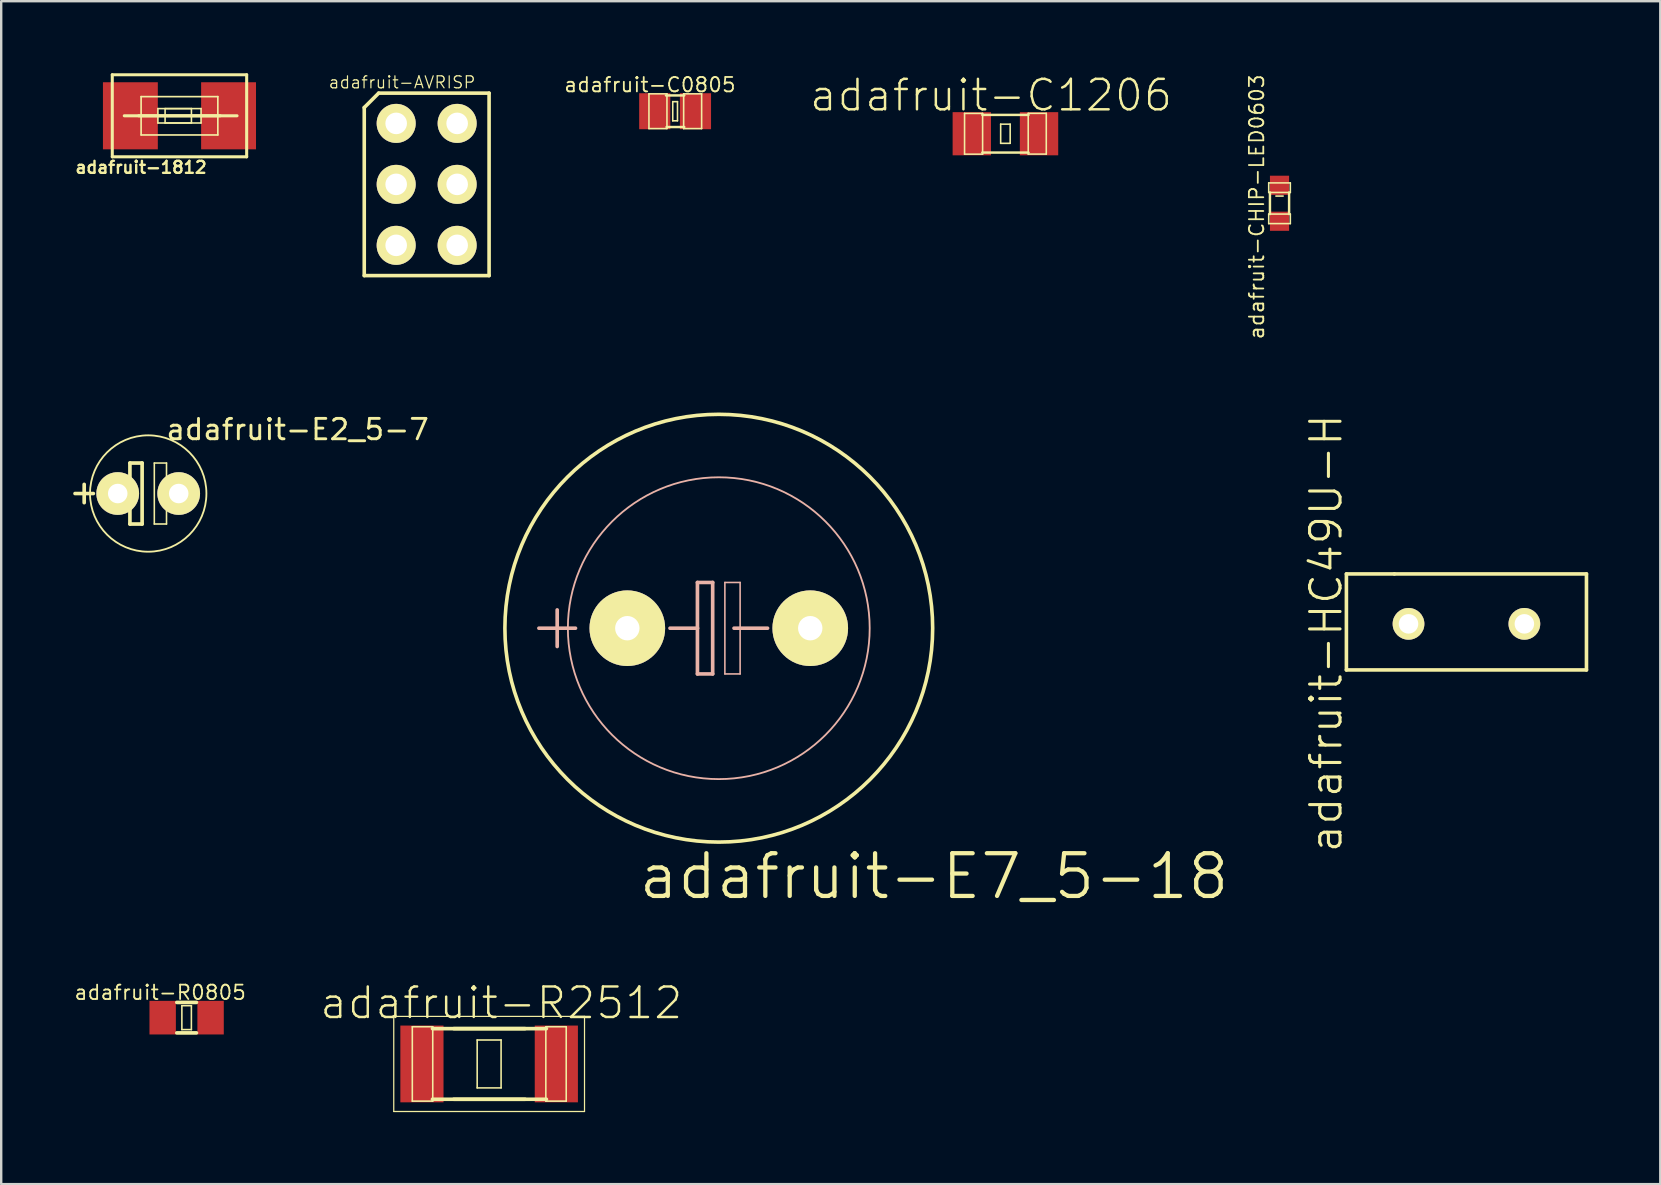
<source format=kicad_pcb>
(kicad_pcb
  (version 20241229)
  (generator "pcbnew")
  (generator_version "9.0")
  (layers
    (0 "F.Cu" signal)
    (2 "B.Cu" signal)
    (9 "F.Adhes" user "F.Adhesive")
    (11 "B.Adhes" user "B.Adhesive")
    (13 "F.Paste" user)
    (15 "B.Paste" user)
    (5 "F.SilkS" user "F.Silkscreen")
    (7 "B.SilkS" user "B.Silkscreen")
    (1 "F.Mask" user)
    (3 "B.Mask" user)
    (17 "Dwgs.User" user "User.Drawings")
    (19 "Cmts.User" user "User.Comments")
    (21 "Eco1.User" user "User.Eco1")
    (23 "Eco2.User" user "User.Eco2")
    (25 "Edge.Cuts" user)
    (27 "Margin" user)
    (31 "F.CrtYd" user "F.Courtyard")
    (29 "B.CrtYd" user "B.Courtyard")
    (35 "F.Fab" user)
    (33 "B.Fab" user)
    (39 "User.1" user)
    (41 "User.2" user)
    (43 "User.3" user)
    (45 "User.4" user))
  (footprint "adafruit-E7_5-18"
    (layer "F.Cu")
    (at 26.891 23.118)
    (property "Reference" "adafruit-E7_5-18" (at 8.966 10.338 0) (layer "F.SilkS") (effects (font (size 1.778 1.778) (thickness 0.178))))
    (attr exclude_from_pos_files exclude_from_bom)
    (fp_circle (center 0 0) (end 6.3 6.3) (stroke (width 0.15) (type solid)) (fill no) (layer "F.SilkS"))
    (fp_line (start -7.493 0) (end -5.969 0) (stroke (width 0.152) (type solid)) (layer "B.SilkS"))
    (fp_line (start -6.731 0.762) (end -6.731 -0.762) (stroke (width 0.152) (type solid)) (layer "B.SilkS"))
    (fp_line (start -0.889 -1.905) (end -0.889 0) (stroke (width 0.152) (type solid)) (layer "B.SilkS"))
    (fp_line (start -0.889 0) (end -2.032 0) (stroke (width 0.152) (type solid)) (layer "B.SilkS"))
    (fp_line (start -0.889 0) (end -0.889 1.905) (stroke (width 0.152) (type solid)) (layer "B.SilkS"))
    (fp_line (start -0.889 1.905) (end -0.254 1.905) (stroke (width 0.152) (type solid)) (layer "B.SilkS"))
    (fp_line (start -0.254 -1.905) (end -0.889 -1.905) (stroke (width 0.152) (type solid)) (layer "B.SilkS"))
    (fp_line (start -0.254 1.905) (end -0.254 -1.905) (stroke (width 0.152) (type solid)) (layer "B.SilkS"))
    (fp_line (start 0.254 -1.905) (end 0.889 -1.905) (stroke (width 0.066) (type solid)) (layer "B.SilkS"))
    (fp_line (start 0.254 1.905) (end 0.254 -1.905) (stroke (width 0.066) (type solid)) (layer "B.SilkS"))
    (fp_line (start 0.254 1.905) (end 0.889 1.905) (stroke (width 0.066) (type solid)) (layer "B.SilkS"))
    (fp_line (start 0.635 0) (end 2.032 0) (stroke (width 0.152) (type solid)) (layer "B.SilkS"))
    (fp_line (start 0.889 1.905) (end 0.889 -1.905) (stroke (width 0.066) (type solid)) (layer "B.SilkS"))
    (fp_circle (center 0 0) (end -4.445 4.445) (stroke (width 0.076) (type solid)) (fill no) (layer "B.SilkS"))
    (pad "+" thru_hole circle (at -3.81 0) (size 3.15 3.15) (drill 1.016) (layers "*.Cu" "F.Mask" "F.SilkS" "F.Paste"))
    (pad "-" thru_hole circle (at 3.81 0) (size 3.15 3.15) (drill 1.016) (layers "*.Cu" "F.Mask" "F.SilkS" "F.Paste")))
  (footprint "adafruit-1812"
    (layer "F.Cu")
    (at 4.426 1.773)
    (property "Reference" "adafruit-1812" (at -1.6 2.15 0) (layer "F.SilkS") (effects (font (size 0.5 0.5) (thickness 0.1))))
    (attr smd)
    (fp_line (start -2.799 -1.709) (end 2.799 -1.709) (stroke (width 0.127) (type solid)) (layer "F.SilkS"))
    (fp_line (start -2.799 1.709) (end -2.799 -1.709) (stroke (width 0.127) (type solid)) (layer "F.SilkS"))
    (fp_line (start -2.299 0) (end 2.398 0) (stroke (width 0.127) (type solid)) (layer "F.SilkS"))
    (fp_line (start -1.699 0) (end 1.699 0) (stroke (width 0.127) (type solid)) (layer "F.SilkS"))
    (fp_line (start -1.598 -0.798) (end 1.598 -0.798) (stroke (width 0.069) (type solid)) (layer "F.SilkS"))
    (fp_line (start -1.598 0.798) (end -1.598 -0.798) (stroke (width 0.069) (type solid)) (layer "F.SilkS"))
    (fp_line (start -0.899 -0.3) (end 0.899 -0.3) (stroke (width 0.066) (type solid)) (layer "F.SilkS"))
    (fp_line (start -0.899 0.3) (end -0.899 -0.3) (stroke (width 0.066) (type solid)) (layer "F.SilkS"))
    (fp_line (start -0.899 0.3) (end 0.899 0.3) (stroke (width 0.066) (type solid)) (layer "F.SilkS"))
    (fp_line (start -0.599 -0.3) (end 0.498 -0.3) (stroke (width 0.066) (type solid)) (layer "F.SilkS"))
    (fp_line (start -0.599 0.3) (end -0.599 -0.3) (stroke (width 0.066) (type solid)) (layer "F.SilkS"))
    (fp_line (start -0.599 0.3) (end 0.498 0.3) (stroke (width 0.066) (type solid)) (layer "F.SilkS"))
    (fp_line (start 0.498 0.3) (end 0.498 -0.3) (stroke (width 0.066) (type solid)) (layer "F.SilkS"))
    (fp_line (start 0.899 0.3) (end 0.899 -0.3) (stroke (width 0.066) (type solid)) (layer "F.SilkS"))
    (fp_line (start 1.598 -0.798) (end 1.598 0.798) (stroke (width 0.069) (type solid)) (layer "F.SilkS"))
    (fp_line (start 1.598 0.798) (end -1.598 0.798) (stroke (width 0.069) (type solid)) (layer "F.SilkS"))
    (fp_line (start 2.799 -1.709) (end 2.799 1.709) (stroke (width 0.127) (type solid)) (layer "F.SilkS"))
    (fp_line (start 2.799 1.709) (end -2.799 1.709) (stroke (width 0.127) (type solid)) (layer "F.SilkS"))
    (pad "1" smd rect (at -2.045 0) (size 2.286 2.794) (layers "F.Cu" "F.Mask" "F.Paste"))
    (pad "2" smd rect (at 2.045 0) (size 2.286 2.794) (layers "F.Cu" "F.Mask" "F.Paste")))
  (footprint "adafruit-CHIP-LED0603"
    (layer "F.Cu")
    (at 50.249 5.417)
    (property "Reference" "adafruit-CHIP-LED0603" (at -0.95 0.15 90) (layer "F.SilkS") (effects (font (size 0.6 0.6) (thickness 0.075))))
    (attr smd)
    (fp_line (start -0.45 -0.848) (end 0.45 -0.848) (stroke (width 0.066) (type solid)) (layer "F.SilkS"))
    (fp_line (start -0.45 -0.45) (end -0.45 -0.848) (stroke (width 0.066) (type solid)) (layer "F.SilkS"))
    (fp_line (start -0.45 -0.45) (end 0.45 -0.45) (stroke (width 0.066) (type solid)) (layer "F.SilkS"))
    (fp_line (start -0.45 0.45) (end 0.45 0.45) (stroke (width 0.066) (type solid)) (layer "F.SilkS"))
    (fp_line (start -0.45 0.848) (end -0.45 0.45) (stroke (width 0.066) (type solid)) (layer "F.SilkS"))
    (fp_line (start -0.45 0.848) (end 0.45 0.848) (stroke (width 0.066) (type solid)) (layer "F.SilkS"))
    (fp_line (start -0.399 -0.45) (end -0.399 0.45) (stroke (width 0.102) (type solid)) (layer "F.SilkS"))
    (fp_line (start -0.15 -0.3) (end 0.15 -0.3) (stroke (width 0.066) (type solid)) (layer "F.SilkS"))
    (fp_line (start 0.399 -0.45) (end 0.399 0.45) (stroke (width 0.102) (type solid)) (layer "F.SilkS"))
    (fp_line (start 0.45 -0.45) (end 0.45 -0.848) (stroke (width 0.066) (type solid)) (layer "F.SilkS"))
    (fp_line (start 0.45 0.848) (end 0.45 0.45) (stroke (width 0.066) (type solid)) (layer "F.SilkS"))
    (pad "A" smd rect (at 0 0.749) (size 0.798 0.798) (layers "F.Cu" "F.Mask" "F.Paste"))
    (pad "C" smd rect (at 0 -0.749) (size 0.798 0.798) (layers "F.Cu" "F.Mask" "F.Paste")))
  (footprint "adafruit-C0805"
    (layer "F.Cu")
    (at 25.072 1.583)
    (property "Reference" "adafruit-C0805" (at -1.05 -1.1 0) (layer "F.SilkS") (effects (font (size 0.6 0.6) (thickness 0.075))))
    (attr smd)
    (fp_line (start -1.09 -0.724) (end -0.34 -0.724) (stroke (width 0.066) (type solid)) (layer "F.SilkS"))
    (fp_line (start -1.09 0.724) (end -1.09 -0.724) (stroke (width 0.066) (type solid)) (layer "F.SilkS"))
    (fp_line (start -1.09 0.724) (end -0.34 0.724) (stroke (width 0.066) (type solid)) (layer "F.SilkS"))
    (fp_line (start -0.381 -0.658) (end 0.381 -0.658) (stroke (width 0.102) (type solid)) (layer "F.SilkS"))
    (fp_line (start -0.356 0.658) (end 0.381 0.658) (stroke (width 0.102) (type solid)) (layer "F.SilkS"))
    (fp_line (start -0.34 0.724) (end -0.34 -0.724) (stroke (width 0.066) (type solid)) (layer "F.SilkS"))
    (fp_line (start -0.099 -0.399) (end 0.099 -0.399) (stroke (width 0.066) (type solid)) (layer "F.SilkS"))
    (fp_line (start -0.099 0.399) (end -0.099 -0.399) (stroke (width 0.066) (type solid)) (layer "F.SilkS"))
    (fp_line (start -0.099 0.399) (end 0.099 0.399) (stroke (width 0.066) (type solid)) (layer "F.SilkS"))
    (fp_line (start 0.099 0.399) (end 0.099 -0.399) (stroke (width 0.066) (type solid)) (layer "F.SilkS"))
    (fp_line (start 0.356 -0.724) (end 1.105 -0.724) (stroke (width 0.066) (type solid)) (layer "F.SilkS"))
    (fp_line (start 0.356 0.724) (end 0.356 -0.724) (stroke (width 0.066) (type solid)) (layer "F.SilkS"))
    (fp_line (start 0.356 0.724) (end 1.105 0.724) (stroke (width 0.066) (type solid)) (layer "F.SilkS"))
    (fp_line (start 1.105 0.724) (end 1.105 -0.724) (stroke (width 0.066) (type solid)) (layer "F.SilkS"))
    (pad "1" smd rect (at -0.848 0) (size 1.298 1.499) (layers "F.Cu" "F.Mask" "F.Paste"))
    (pad "2" smd rect (at 0.848 0) (size 1.298 1.499) (layers "F.Cu" "F.Mask" "F.Paste")))
  (footprint "adafruit-HC49U-H"
    (layer "F.Cu")
    (at 58.035 17.857)
    (property "Reference" "adafruit-HC49U-H" (at -5.846 5.472 90) (layer "F.SilkS") (effects (font (size 1.27 1.27) (thickness 0.127))))
    (attr exclude_from_pos_files exclude_from_bom)
    (fp_line (start -5 3) (end -3 3) (stroke (width 0.15) (type solid)) (layer "F.SilkS"))
    (fp_line (start -5 7) (end -5 3) (stroke (width 0.15) (type solid)) (layer "F.SilkS"))
    (fp_line (start -3 3) (end 5 3) (stroke (width 0.15) (type solid)) (layer "F.SilkS"))
    (fp_line (start 5 3) (end 5 7) (stroke (width 0.15) (type solid)) (layer "F.SilkS"))
    (fp_line (start 5 7) (end -5 7) (stroke (width 0.15) (type solid)) (layer "F.SilkS"))
    (pad "1" thru_hole circle (at -2.413 5.08) (size 1.321 1.321) (drill 0.813) (layers "*.Cu" "F.Mask" "F.SilkS" "F.Paste"))
    (pad "2" thru_hole circle (at 2.413 5.08) (size 1.321 1.321) (drill 0.813) (layers "*.Cu" "F.Mask" "F.SilkS" "F.Paste")))
  (footprint "adafruit-C1206"
    (layer "F.Cu")
    (at 38.831 2.521)
    (property "Reference" "adafruit-C1206" (at -0.6 -1.6 0) (layer "F.SilkS") (effects (font (size 1.27 1.27) (thickness 0.102))))
    (attr smd)
    (fp_line (start -1.702 -0.848) (end -0.95 -0.848) (stroke (width 0.066) (type solid)) (layer "F.SilkS"))
    (fp_line (start -1.702 0.851) (end -1.702 -0.848) (stroke (width 0.066) (type solid)) (layer "F.SilkS"))
    (fp_line (start -1.702 0.851) (end -0.95 0.851) (stroke (width 0.066) (type solid)) (layer "F.SilkS"))
    (fp_line (start -0.963 -0.785) (end 0.963 -0.785) (stroke (width 0.102) (type solid)) (layer "F.SilkS"))
    (fp_line (start -0.963 0.785) (end 0.963 0.785) (stroke (width 0.102) (type solid)) (layer "F.SilkS"))
    (fp_line (start -0.95 0.851) (end -0.95 -0.848) (stroke (width 0.066) (type solid)) (layer "F.SilkS"))
    (fp_line (start -0.198 -0.399) (end 0.198 -0.399) (stroke (width 0.066) (type solid)) (layer "F.SilkS"))
    (fp_line (start -0.198 0.399) (end -0.198 -0.399) (stroke (width 0.066) (type solid)) (layer "F.SilkS"))
    (fp_line (start -0.198 0.399) (end 0.198 0.399) (stroke (width 0.066) (type solid)) (layer "F.SilkS"))
    (fp_line (start 0.198 0.399) (end 0.198 -0.399) (stroke (width 0.066) (type solid)) (layer "F.SilkS"))
    (fp_line (start 0.95 -0.851) (end 1.702 -0.851) (stroke (width 0.066) (type solid)) (layer "F.SilkS"))
    (fp_line (start 0.95 0.848) (end 0.95 -0.851) (stroke (width 0.066) (type solid)) (layer "F.SilkS"))
    (fp_line (start 0.95 0.848) (end 1.702 0.848) (stroke (width 0.066) (type solid)) (layer "F.SilkS"))
    (fp_line (start 1.702 0.848) (end 1.702 -0.851) (stroke (width 0.066) (type solid)) (layer "F.SilkS"))
    (pad "1" smd rect (at -1.4 0) (size 1.598 1.798) (layers "F.Cu" "F.Mask" "F.Paste"))
    (pad "2" smd rect (at 1.4 0) (size 1.598 1.798) (layers "F.Cu" "F.Mask" "F.Paste")))
  (footprint "adafruit-R0805"
    (layer "F.Cu")
    (at 4.724 39.341)
    (property "Reference" "adafruit-R0805" (at -1.1 -1.05 0) (layer "F.SilkS") (effects (font (size 0.6 0.6) (thickness 0.075))))
    (attr smd)
    (fp_line (start -0.409 -0.635) (end 0.409 -0.635) (stroke (width 0.152) (type solid)) (layer "F.SilkS"))
    (fp_line (start -0.409 0.635) (end 0.409 0.635) (stroke (width 0.152) (type solid)) (layer "F.SilkS"))
    (fp_line (start -0.198 -0.498) (end 0.198 -0.498) (stroke (width 0.066) (type solid)) (layer "F.SilkS"))
    (fp_line (start -0.198 0.498) (end -0.198 -0.498) (stroke (width 0.066) (type solid)) (layer "F.SilkS"))
    (fp_line (start -0.198 0.498) (end 0.198 0.498) (stroke (width 0.066) (type solid)) (layer "F.SilkS"))
    (fp_line (start 0.198 0.498) (end 0.198 -0.498) (stroke (width 0.066) (type solid)) (layer "F.SilkS"))
    (pad "1" smd rect (at -0.998 0) (size 1.1 1.4) (layers "F.Cu" "F.Mask" "F.Paste"))
    (pad "2" smd rect (at 0.998 0) (size 1.1 1.4) (layers "F.Cu" "F.Mask" "F.Paste")))
  (footprint "adafruit-E2_5-7"
    (layer "F.Cu")
    (at 3.124 17.508)
    (property "Reference" "adafruit-E2_5-7" (at 6.223 -2.667 0) (layer "F.SilkS") (effects (font (size 0.85 0.85) (thickness 0.12))))
    (attr exclude_from_pos_files exclude_from_bom)
    (fp_line (start -3.048 0) (end -2.286 0) (stroke (width 0.152) (type solid)) (layer "F.SilkS"))
    (fp_line (start -2.667 0.381) (end -2.667 -0.381) (stroke (width 0.152) (type solid)) (layer "F.SilkS"))
    (fp_line (start -1.651 0) (end -0.762 0) (stroke (width 0.152) (type solid)) (layer "F.SilkS"))
    (fp_line (start -0.762 -1.27) (end -0.762 0) (stroke (width 0.152) (type solid)) (layer "F.SilkS"))
    (fp_line (start -0.762 0) (end -0.762 1.27) (stroke (width 0.152) (type solid)) (layer "F.SilkS"))
    (fp_line (start -0.762 1.27) (end -0.254 1.27) (stroke (width 0.152) (type solid)) (layer "F.SilkS"))
    (fp_line (start -0.254 -1.27) (end -0.762 -1.27) (stroke (width 0.152) (type solid)) (layer "F.SilkS"))
    (fp_line (start -0.254 1.27) (end -0.254 -1.27) (stroke (width 0.152) (type solid)) (layer "F.SilkS"))
    (fp_line (start 0.254 -1.27) (end 0.762 -1.27) (stroke (width 0.066) (type solid)) (layer "F.SilkS"))
    (fp_line (start 0.254 1.27) (end 0.254 -1.27) (stroke (width 0.066) (type solid)) (layer "F.SilkS"))
    (fp_line (start 0.254 1.27) (end 0.762 1.27) (stroke (width 0.066) (type solid)) (layer "F.SilkS"))
    (fp_line (start 0.635 0) (end 1.651 0) (stroke (width 0.152) (type solid)) (layer "F.SilkS"))
    (fp_line (start 0.762 1.27) (end 0.762 -1.27) (stroke (width 0.066) (type solid)) (layer "F.SilkS"))
    (fp_circle (center 0 0) (end -1.714 1.714) (stroke (width 0.076) (type solid)) (fill no) (layer "F.SilkS"))
    (pad "+" thru_hole circle (at -1.27 0) (size 1.778 1.778) (drill 0.813) (layers "*.Cu" "*.Mask" "F.SilkS"))
    (pad "-" thru_hole circle (at 1.27 0) (size 1.778 1.778) (drill 0.813) (layers "*.Cu" "*.Mask" "F.SilkS")))
  (footprint "adafruit-R2512"
    (layer "F.Cu")
    (at 17.325 41.269)
    (property "Reference" "adafruit-R2512" (at 0.508 -2.54 0) (layer "F.SilkS") (effects (font (size 1.27 1.27) (thickness 0.102))))
    (attr smd)
    (fp_line (start -3.973 -1.981) (end 3.973 -1.981) (stroke (width 0.051) (type solid)) (layer "F.SilkS"))
    (fp_line (start -3.973 1.981) (end -3.973 -1.981) (stroke (width 0.051) (type solid)) (layer "F.SilkS"))
    (fp_line (start -3.2 -1.549) (end -2.349 -1.549) (stroke (width 0.066) (type solid)) (layer "F.SilkS"))
    (fp_line (start -3.2 1.549) (end -3.2 -1.549) (stroke (width 0.066) (type solid)) (layer "F.SilkS"))
    (fp_line (start -3.2 1.549) (end -2.349 1.549) (stroke (width 0.066) (type solid)) (layer "F.SilkS"))
    (fp_line (start -2.36 -1.471) (end 2.385 -1.471) (stroke (width 0.152) (type solid)) (layer "F.SilkS"))
    (fp_line (start -2.36 1.471) (end 2.385 1.471) (stroke (width 0.152) (type solid)) (layer "F.SilkS"))
    (fp_line (start -2.349 1.549) (end -2.349 -1.549) (stroke (width 0.066) (type solid)) (layer "F.SilkS"))
    (fp_line (start -1.471 -1.471) (end 1.496 -1.471) (stroke (width 0.152) (type solid)) (layer "F.SilkS"))
    (fp_line (start -1.471 1.471) (end 1.496 1.471) (stroke (width 0.152) (type solid)) (layer "F.SilkS"))
    (fp_line (start -0.498 -0.998) (end 0.498 -0.998) (stroke (width 0.066) (type solid)) (layer "F.SilkS"))
    (fp_line (start -0.498 0.998) (end -0.498 -0.998) (stroke (width 0.066) (type solid)) (layer "F.SilkS"))
    (fp_line (start -0.498 0.998) (end 0.498 0.998) (stroke (width 0.066) (type solid)) (layer "F.SilkS"))
    (fp_line (start 0.498 0.998) (end 0.498 -0.998) (stroke (width 0.066) (type solid)) (layer "F.SilkS"))
    (fp_line (start 2.362 -1.549) (end 3.211 -1.549) (stroke (width 0.066) (type solid)) (layer "F.SilkS"))
    (fp_line (start 2.362 1.549) (end 2.362 -1.549) (stroke (width 0.066) (type solid)) (layer "F.SilkS"))
    (fp_line (start 2.362 1.549) (end 3.211 1.549) (stroke (width 0.066) (type solid)) (layer "F.SilkS"))
    (fp_line (start 3.211 1.549) (end 3.211 -1.549) (stroke (width 0.066) (type solid)) (layer "F.SilkS"))
    (fp_line (start 3.973 -1.981) (end 3.973 1.981) (stroke (width 0.051) (type solid)) (layer "F.SilkS"))
    (fp_line (start 3.973 1.981) (end -3.973 1.981) (stroke (width 0.051) (type solid)) (layer "F.SilkS"))
    (pad "1" smd rect (at -2.799 0) (size 1.798 3.198) (layers "F.Cu" "F.Mask" "F.Paste"))
    (pad "2" smd rect (at 2.799 0) (size 1.798 3.198) (layers "F.Cu" "F.Mask" "F.Paste")))
  (footprint "adafruit-AVRISP"
    (placed yes)
    (layer "F.Cu")
    (at 14.723 4.63)
    (property "Reference" "adafruit-AVRISP" (at -1.025 -4.25 180) (layer "F.SilkS") (effects (font (size 0.5 0.5) (thickness 0.05))))
    (attr exclude_from_pos_files exclude_from_bom)
    (fp_line (start -2.6 -3.2) (end -2 -3.8) (stroke (width 0.15) (type solid)) (layer "F.SilkS"))
    (fp_line (start -2.6 3.8) (end -2.6 -3.2) (stroke (width 0.15) (type solid)) (layer "F.SilkS"))
    (fp_line (start -2 -3.8) (end 2.6 -3.8) (stroke (width 0.15) (type solid)) (layer "F.SilkS"))
    (fp_line (start 2.6 -3.8) (end 2.6 3.8) (stroke (width 0.15) (type solid)) (layer "F.SilkS"))
    (fp_line (start 2.6 3.8) (end -2.6 3.8) (stroke (width 0.15) (type solid)) (layer "F.SilkS"))
    (pad "1" thru_hole circle (at -1.27 -2.54) (size 1.626 1.626) (drill 0.899) (layers "*.Cu" "F.Mask" "F.SilkS" "F.Paste"))
    (pad "2" thru_hole circle (at 1.27 -2.54) (size 1.626 1.626) (drill 0.899) (layers "*.Cu" "F.Mask" "F.SilkS" "F.Paste"))
    (pad "3" thru_hole circle (at -1.27 0) (size 1.626 1.626) (drill 0.899) (layers "*.Cu" "F.Mask" "F.SilkS" "F.Paste"))
    (pad "4" thru_hole circle (at 1.27 0) (size 1.626 1.626) (drill 0.899) (layers "*.Cu" "F.Mask" "F.SilkS" "F.Paste"))
    (pad "5" thru_hole circle (at -1.27 2.54) (size 1.626 1.626) (drill 0.899) (layers "*.Cu" "F.Mask" "F.SilkS" "F.Paste"))
    (pad "6" thru_hole circle (at 1.27 2.54) (size 1.626 1.626) (drill 0.899) (layers "*.Cu" "F.Mask" "F.SilkS" "F.Paste")))
  (gr_rect
    (start -3 -3)
    (end 66.11 46.276)
    (stroke (width 0.1) (type default))
    (fill no)
    (layer "Edge.Cuts")))
</source>
